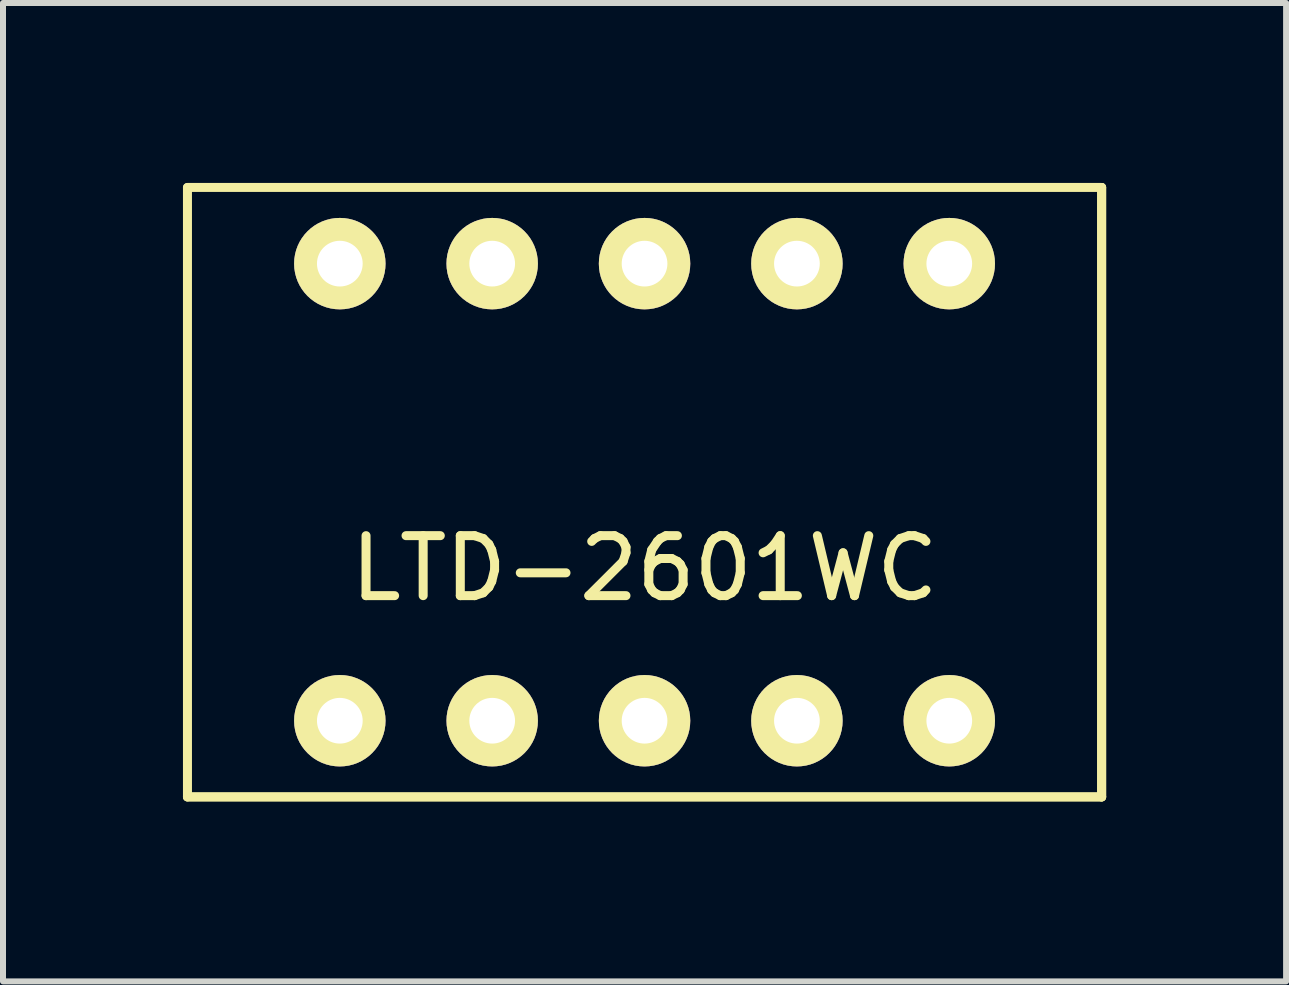
<source format=kicad_pcb>
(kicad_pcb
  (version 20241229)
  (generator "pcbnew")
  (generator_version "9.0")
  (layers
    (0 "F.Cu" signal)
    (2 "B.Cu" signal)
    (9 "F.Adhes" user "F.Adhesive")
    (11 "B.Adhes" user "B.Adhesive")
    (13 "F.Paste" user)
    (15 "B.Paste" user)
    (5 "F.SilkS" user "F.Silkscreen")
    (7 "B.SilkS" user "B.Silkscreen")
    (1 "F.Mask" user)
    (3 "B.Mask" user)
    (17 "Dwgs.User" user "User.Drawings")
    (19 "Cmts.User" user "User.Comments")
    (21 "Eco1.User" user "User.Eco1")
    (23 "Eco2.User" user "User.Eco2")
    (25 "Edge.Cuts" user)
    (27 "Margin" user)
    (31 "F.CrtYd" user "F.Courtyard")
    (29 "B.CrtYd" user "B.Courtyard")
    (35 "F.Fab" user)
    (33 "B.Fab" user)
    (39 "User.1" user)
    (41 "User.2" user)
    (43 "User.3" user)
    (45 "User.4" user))
  (footprint "LTD-2601WC"
    (layer "F.Cu")
    (at 7.695 5.155)
    (property "Reference" "LTD-2601WC" (at 0 1.27 0) (layer "F.SilkS") (effects (font (size 1 1) (thickness 0.15))))
    (attr through_hole)
    (fp_line (start -7.62 -5.08) (end 7.62 -5.08) (stroke (width 0.15) (type solid)) (layer "F.SilkS"))
    (fp_line (start -7.62 5.08) (end -7.62 -5.08) (stroke (width 0.15) (type solid)) (layer "F.SilkS"))
    (fp_line (start -7.62 5.08) (end 7.62 5.08) (stroke (width 0.15) (type solid)) (layer "F.SilkS"))
    (fp_line (start 7.62 -5.08) (end 7.62 5.08) (stroke (width 0.15) (type solid)) (layer "F.SilkS"))
    (fp_line (start 7.62 5.08) (end -7.62 5.08) (stroke (width 0.15) (type solid)) (layer "F.SilkS"))
    (fp_line (start 7.62 5.08) (end 7.62 -5.08) (stroke (width 0.15) (type solid)) (layer "F.SilkS"))
    (pad "1" thru_hole circle (at -5.08 3.81) (size 1.524 1.524) (drill 0.762) (layers "*.Cu" "*.Mask" "F.SilkS"))
    (pad "2" thru_hole circle (at -2.54 3.81) (size 1.524 1.524) (drill 0.762) (layers "*.Cu" "*.Mask" "F.SilkS"))
    (pad "3" thru_hole circle (at 0 3.81) (size 1.524 1.524) (drill 0.762) (layers "*.Cu" "*.Mask" "F.SilkS"))
    (pad "4" thru_hole circle (at 2.54 3.81) (size 1.524 1.524) (drill 0.762) (layers "*.Cu" "*.Mask" "F.SilkS"))
    (pad "5" thru_hole circle (at 5.08 3.81) (size 1.524 1.524) (drill 0.762) (layers "*.Cu" "*.Mask" "F.SilkS"))
    (pad "6" thru_hole circle (at 5.08 -3.81) (size 1.524 1.524) (drill 0.762) (layers "*.Cu" "*.Mask" "F.SilkS"))
    (pad "7" thru_hole circle (at 2.54 -3.81) (size 1.524 1.524) (drill 0.762) (layers "*.Cu" "*.Mask" "F.SilkS"))
    (pad "8" thru_hole circle (at 0 -3.81) (size 1.524 1.524) (drill 0.762) (layers "*.Cu" "*.Mask" "F.SilkS"))
    (pad "9" thru_hole circle (at -2.54 -3.81) (size 1.524 1.524) (drill 0.762) (layers "*.Cu" "*.Mask" "F.SilkS"))
    (pad "10" thru_hole circle (at -5.08 -3.81) (size 1.524 1.524) (drill 0.762) (layers "*.Cu" "*.Mask" "F.SilkS")))
  (gr_rect
    (start -3 -3)
    (end 18.39 13.31)
    (stroke (width 0.1) (type default))
    (fill no)
    (layer "Edge.Cuts")))
</source>
